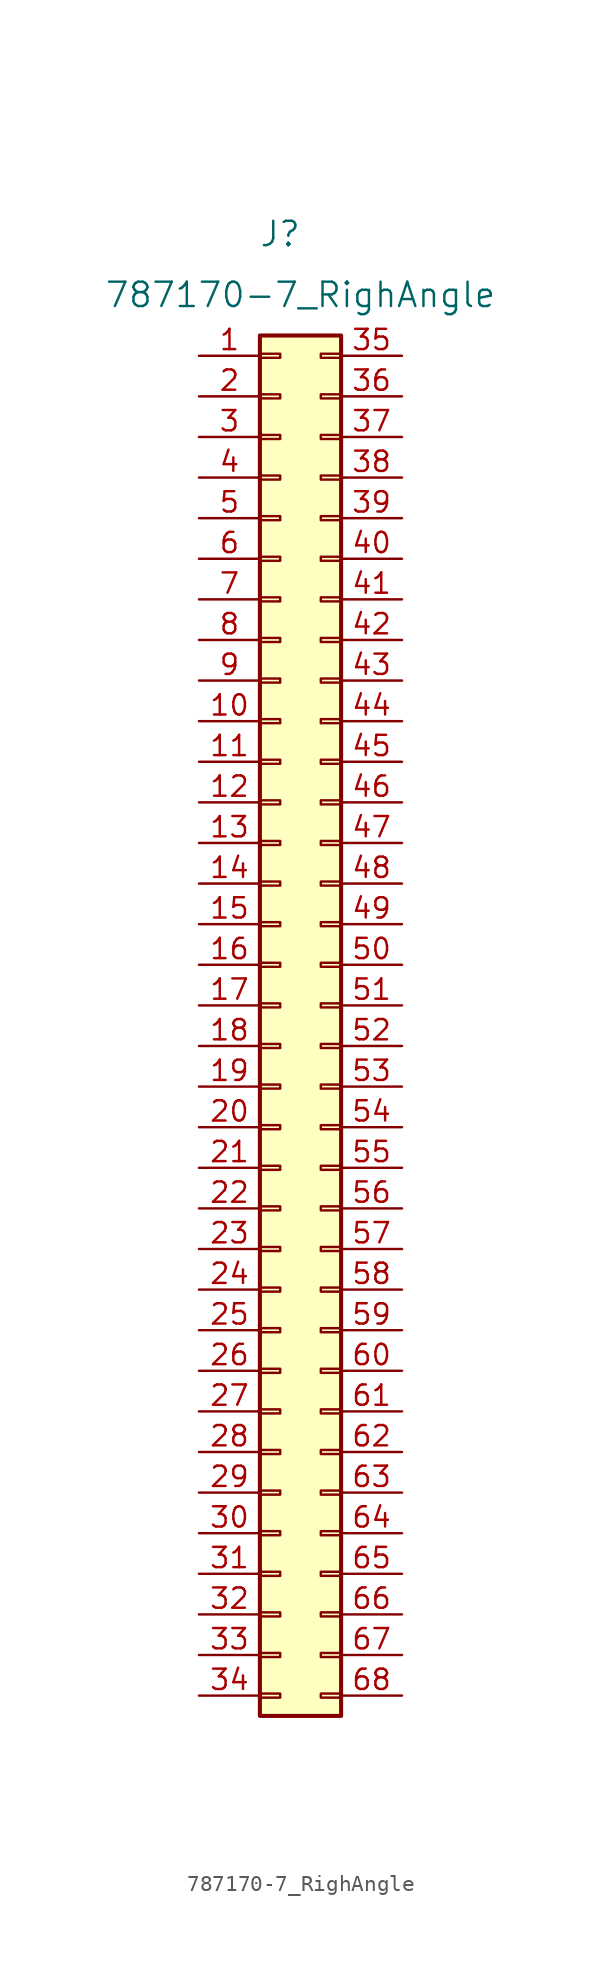
<source format=kicad_sym>
(kicad_symbol_lib
  (version 20220914)
  (generator kicad_symbol_editor)
  (symbol "787170-7_RighAngle"
    (pin_names
      (offset 0) hide)
    (property "Reference" "J"
      (at 5.08 7.62 0)
      (effects (font (size 1.524 1.524))))
    (property "Value" "787170-7_RighAngle"
      (at 6.35 3.81 0)
      (effects (font (size 1.524 1.524))))
    (symbol "787170-7_RighAngle_1_1"
      (rectangle (start 3.81 -83.693) (end 5.08 -83.947) (stroke (width 0.152) (type default)) (fill (type none)))
      (rectangle (start 3.81 -81.153) (end 5.08 -81.407) (stroke (width 0.152) (type default)) (fill (type none)))
      (rectangle (start 3.81 -78.613) (end 5.08 -78.867) (stroke (width 0.152) (type default)) (fill (type none)))
      (rectangle (start 3.81 -76.073) (end 5.08 -76.327) (stroke (width 0.152) (type default)) (fill (type none)))
      (rectangle (start 3.81 -73.533) (end 5.08 -73.787) (stroke (width 0.152) (type default)) (fill (type none)))
      (rectangle (start 3.81 -70.993) (end 5.08 -71.247) (stroke (width 0.152) (type default)) (fill (type none)))
      (rectangle (start 3.81 -68.453) (end 5.08 -68.707) (stroke (width 0.152) (type default)) (fill (type none)))
      (rectangle (start 3.81 -65.913) (end 5.08 -66.167) (stroke (width 0.152) (type default)) (fill (type none)))
      (rectangle (start 3.81 -63.373) (end 5.08 -63.627) (stroke (width 0.152) (type default)) (fill (type none)))
      (rectangle (start 3.81 -60.833) (end 5.08 -61.087) (stroke (width 0.152) (type default)) (fill (type none)))
      (rectangle (start 3.81 -58.293) (end 5.08 -58.547) (stroke (width 0.152) (type default)) (fill (type none)))
      (rectangle (start 3.81 -55.753) (end 5.08 -56.007) (stroke (width 0.152) (type default)) (fill (type none)))
      (rectangle (start 3.81 -53.213) (end 5.08 -53.467) (stroke (width 0.152) (type default)) (fill (type none)))
      (rectangle (start 3.81 -50.673) (end 5.08 -50.927) (stroke (width 0.152) (type default)) (fill (type none)))
      (rectangle (start 3.81 -48.133) (end 5.08 -48.387) (stroke (width 0.152) (type default)) (fill (type none)))
      (rectangle (start 3.81 -45.593) (end 5.08 -45.847) (stroke (width 0.152) (type default)) (fill (type none)))
      (rectangle (start 3.81 -43.053) (end 5.08 -43.307) (stroke (width 0.152) (type default)) (fill (type none)))
      (rectangle (start 3.81 -40.513) (end 5.08 -40.767) (stroke (width 0.152) (type default)) (fill (type none)))
      (rectangle (start 3.81 -37.973) (end 5.08 -38.227) (stroke (width 0.152) (type default)) (fill (type none)))
      (rectangle (start 3.81 -35.433) (end 5.08 -35.687) (stroke (width 0.152) (type default)) (fill (type none)))
      (rectangle (start 3.81 -32.893) (end 5.08 -33.147) (stroke (width 0.152) (type default)) (fill (type none)))
      (rectangle (start 3.81 -30.353) (end 5.08 -30.607) (stroke (width 0.152) (type default)) (fill (type none)))
      (rectangle (start 3.81 -27.813) (end 5.08 -28.067) (stroke (width 0.152) (type default)) (fill (type none)))
      (rectangle (start 3.81 -25.273) (end 5.08 -25.527) (stroke (width 0.152) (type default)) (fill (type none)))
      (rectangle (start 3.81 -22.733) (end 5.08 -22.987) (stroke (width 0.152) (type default)) (fill (type none)))
      (rectangle (start 3.81 -20.193) (end 5.08 -20.447) (stroke (width 0.152) (type default)) (fill (type none)))
      (rectangle (start 3.81 -17.653) (end 5.08 -17.907) (stroke (width 0.152) (type default)) (fill (type none)))
      (rectangle (start 3.81 -15.113) (end 5.08 -15.367) (stroke (width 0.152) (type default)) (fill (type none)))
      (rectangle (start 3.81 -12.573) (end 5.08 -12.827) (stroke (width 0.152) (type default)) (fill (type none)))
      (rectangle (start 3.81 -10.033) (end 5.08 -10.287) (stroke (width 0.152) (type default)) (fill (type none)))
      (rectangle (start 3.81 -7.493) (end 5.08 -7.747) (stroke (width 0.152) (type default)) (fill (type none)))
      (rectangle (start 3.81 -4.953) (end 5.08 -5.207) (stroke (width 0.152) (type default)) (fill (type none)))
      (rectangle (start 3.81 -2.413) (end 5.08 -2.667) (stroke (width 0.152) (type default)) (fill (type none)))
      (rectangle (start 3.81 0.127) (end 5.08 -0.127) (stroke (width 0.152) (type default)) (fill (type none)))
      (rectangle (start 3.81 1.27) (end 8.89 -85.09) (stroke (width 0.254) (type default)) (fill (type background)))
      (rectangle (start 8.89 -83.693) (end 7.62 -83.947) (stroke (width 0.152) (type default)) (fill (type none)))
      (rectangle (start 8.89 -81.153) (end 7.62 -81.407) (stroke (width 0.152) (type default)) (fill (type none)))
      (rectangle (start 8.89 -78.613) (end 7.62 -78.867) (stroke (width 0.152) (type default)) (fill (type none)))
      (rectangle (start 8.89 -76.073) (end 7.62 -76.327) (stroke (width 0.152) (type default)) (fill (type none)))
      (rectangle (start 8.89 -73.533) (end 7.62 -73.787) (stroke (width 0.152) (type default)) (fill (type none)))
      (rectangle (start 8.89 -70.993) (end 7.62 -71.247) (stroke (width 0.152) (type default)) (fill (type none)))
      (rectangle (start 8.89 -68.453) (end 7.62 -68.707) (stroke (width 0.152) (type default)) (fill (type none)))
      (rectangle (start 8.89 -65.913) (end 7.62 -66.167) (stroke (width 0.152) (type default)) (fill (type none)))
      (rectangle (start 8.89 -63.373) (end 7.62 -63.627) (stroke (width 0.152) (type default)) (fill (type none)))
      (rectangle (start 8.89 -60.833) (end 7.62 -61.087) (stroke (width 0.152) (type default)) (fill (type none)))
      (rectangle (start 8.89 -58.293) (end 7.62 -58.547) (stroke (width 0.152) (type default)) (fill (type none)))
      (rectangle (start 8.89 -55.753) (end 7.62 -56.007) (stroke (width 0.152) (type default)) (fill (type none)))
      (rectangle (start 8.89 -53.213) (end 7.62 -53.467) (stroke (width 0.152) (type default)) (fill (type none)))
      (rectangle (start 8.89 -50.673) (end 7.62 -50.927) (stroke (width 0.152) (type default)) (fill (type none)))
      (rectangle (start 8.89 -48.133) (end 7.62 -48.387) (stroke (width 0.152) (type default)) (fill (type none)))
      (rectangle (start 8.89 -45.593) (end 7.62 -45.847) (stroke (width 0.152) (type default)) (fill (type none)))
      (rectangle (start 8.89 -43.053) (end 7.62 -43.307) (stroke (width 0.152) (type default)) (fill (type none)))
      (rectangle (start 8.89 -40.513) (end 7.62 -40.767) (stroke (width 0.152) (type default)) (fill (type none)))
      (rectangle (start 8.89 -37.973) (end 7.62 -38.227) (stroke (width 0.152) (type default)) (fill (type none)))
      (rectangle (start 8.89 -35.433) (end 7.62 -35.687) (stroke (width 0.152) (type default)) (fill (type none)))
      (rectangle (start 8.89 -32.893) (end 7.62 -33.147) (stroke (width 0.152) (type default)) (fill (type none)))
      (rectangle (start 8.89 -30.353) (end 7.62 -30.607) (stroke (width 0.152) (type default)) (fill (type none)))
      (rectangle (start 8.89 -27.813) (end 7.62 -28.067) (stroke (width 0.152) (type default)) (fill (type none)))
      (rectangle (start 8.89 -25.273) (end 7.62 -25.527) (stroke (width 0.152) (type default)) (fill (type none)))
      (rectangle (start 8.89 -22.733) (end 7.62 -22.987) (stroke (width 0.152) (type default)) (fill (type none)))
      (rectangle (start 8.89 -20.193) (end 7.62 -20.447) (stroke (width 0.152) (type default)) (fill (type none)))
      (rectangle (start 8.89 -17.653) (end 7.62 -17.907) (stroke (width 0.152) (type default)) (fill (type none)))
      (rectangle (start 8.89 -15.113) (end 7.62 -15.367) (stroke (width 0.152) (type default)) (fill (type none)))
      (rectangle (start 8.89 -12.573) (end 7.62 -12.827) (stroke (width 0.152) (type default)) (fill (type none)))
      (rectangle (start 8.89 -10.033) (end 7.62 -10.287) (stroke (width 0.152) (type default)) (fill (type none)))
      (rectangle (start 8.89 -7.493) (end 7.62 -7.747) (stroke (width 0.152) (type default)) (fill (type none)))
      (rectangle (start 8.89 -4.953) (end 7.62 -5.207) (stroke (width 0.152) (type default)) (fill (type none)))
      (rectangle (start 8.89 -2.413) (end 7.62 -2.667) (stroke (width 0.152) (type default)) (fill (type none)))
      (rectangle (start 8.89 0.127) (end 7.62 -0.127) (stroke (width 0.152) (type default)) (fill (type none)))
      (pin passive line (at 0 0 0) (length 3.81) (name "Pin_1" (effects (font (size 1.27 1.27)))) (number "1" (effects (font (size 1.27 1.27)))))
      (pin passive line (at 0 -22.86 0) (length 3.81) (name "Pin_10" (effects (font (size 1.27 1.27)))) (number "10" (effects (font (size 1.27 1.27)))))
      (pin passive line (at 0 -25.4 0) (length 3.81) (name "Pin_11" (effects (font (size 1.27 1.27)))) (number "11" (effects (font (size 1.27 1.27)))))
      (pin passive line (at 0 -27.94 0) (length 3.81) (name "Pin_12" (effects (font (size 1.27 1.27)))) (number "12" (effects (font (size 1.27 1.27)))))
      (pin passive line (at 0 -30.48 0) (length 3.81) (name "Pin_13" (effects (font (size 1.27 1.27)))) (number "13" (effects (font (size 1.27 1.27)))))
      (pin passive line (at 0 -33.02 0) (length 3.81) (name "Pin_14" (effects (font (size 1.27 1.27)))) (number "14" (effects (font (size 1.27 1.27)))))
      (pin passive line (at 0 -35.56 0) (length 3.81) (name "Pin_15" (effects (font (size 1.27 1.27)))) (number "15" (effects (font (size 1.27 1.27)))))
      (pin passive line (at 0 -38.1 0) (length 3.81) (name "Pin_16" (effects (font (size 1.27 1.27)))) (number "16" (effects (font (size 1.27 1.27)))))
      (pin passive line (at 0 -40.64 0) (length 3.81) (name "Pin_17" (effects (font (size 1.27 1.27)))) (number "17" (effects (font (size 1.27 1.27)))))
      (pin passive line (at 0 -43.18 0) (length 3.81) (name "Pin_18" (effects (font (size 1.27 1.27)))) (number "18" (effects (font (size 1.27 1.27)))))
      (pin passive line (at 0 -45.72 0) (length 3.81) (name "Pin_19" (effects (font (size 1.27 1.27)))) (number "19" (effects (font (size 1.27 1.27)))))
      (pin passive line (at 0 -2.54 0) (length 3.81) (name "Pin_2" (effects (font (size 1.27 1.27)))) (number "2" (effects (font (size 1.27 1.27)))))
      (pin passive line (at 0 -48.26 0) (length 3.81) (name "Pin_20" (effects (font (size 1.27 1.27)))) (number "20" (effects (font (size 1.27 1.27)))))
      (pin passive line (at 0 -50.8 0) (length 3.81) (name "Pin_21" (effects (font (size 1.27 1.27)))) (number "21" (effects (font (size 1.27 1.27)))))
      (pin passive line (at 0 -53.34 0) (length 3.81) (name "Pin_22" (effects (font (size 1.27 1.27)))) (number "22" (effects (font (size 1.27 1.27)))))
      (pin passive line (at 0 -55.88 0) (length 3.81) (name "Pin_23" (effects (font (size 1.27 1.27)))) (number "23" (effects (font (size 1.27 1.27)))))
      (pin passive line (at 0 -58.42 0) (length 3.81) (name "Pin_24" (effects (font (size 1.27 1.27)))) (number "24" (effects (font (size 1.27 1.27)))))
      (pin passive line (at 0 -60.96 0) (length 3.81) (name "Pin_25" (effects (font (size 1.27 1.27)))) (number "25" (effects (font (size 1.27 1.27)))))
      (pin passive line (at 0 -63.5 0) (length 3.81) (name "Pin_26" (effects (font (size 1.27 1.27)))) (number "26" (effects (font (size 1.27 1.27)))))
      (pin passive line (at 0 -66.04 0) (length 3.81) (name "Pin_27" (effects (font (size 1.27 1.27)))) (number "27" (effects (font (size 1.27 1.27)))))
      (pin passive line (at 0 -68.58 0) (length 3.81) (name "Pin_28" (effects (font (size 1.27 1.27)))) (number "28" (effects (font (size 1.27 1.27)))))
      (pin passive line (at 0 -71.12 0) (length 3.81) (name "Pin_29" (effects (font (size 1.27 1.27)))) (number "29" (effects (font (size 1.27 1.27)))))
      (pin passive line (at 0 -5.08 0) (length 3.81) (name "Pin_3" (effects (font (size 1.27 1.27)))) (number "3" (effects (font (size 1.27 1.27)))))
      (pin passive line (at 0 -73.66 0) (length 3.81) (name "Pin_30" (effects (font (size 1.27 1.27)))) (number "30" (effects (font (size 1.27 1.27)))))
      (pin passive line (at 0 -76.2 0) (length 3.81) (name "Pin_31" (effects (font (size 1.27 1.27)))) (number "31" (effects (font (size 1.27 1.27)))))
      (pin passive line (at 0 -78.74 0) (length 3.81) (name "Pin_32" (effects (font (size 1.27 1.27)))) (number "32" (effects (font (size 1.27 1.27)))))
      (pin passive line (at 0 -81.28 0) (length 3.81) (name "Pin_33" (effects (font (size 1.27 1.27)))) (number "33" (effects (font (size 1.27 1.27)))))
      (pin passive line (at 0 -83.82 0) (length 3.81) (name "Pin_34" (effects (font (size 1.27 1.27)))) (number "34" (effects (font (size 1.27 1.27)))))
      (pin passive line (at 12.7 0 180) (length 3.81) (name "Pin_35" (effects (font (size 1.27 1.27)))) (number "35" (effects (font (size 1.27 1.27)))))
      (pin passive line (at 12.7 -2.54 180) (length 3.81) (name "Pin_36" (effects (font (size 1.27 1.27)))) (number "36" (effects (font (size 1.27 1.27)))))
      (pin passive line (at 12.7 -5.08 180) (length 3.81) (name "Pin_37" (effects (font (size 1.27 1.27)))) (number "37" (effects (font (size 1.27 1.27)))))
      (pin passive line (at 12.7 -7.62 180) (length 3.81) (name "Pin_38" (effects (font (size 1.27 1.27)))) (number "38" (effects (font (size 1.27 1.27)))))
      (pin passive line (at 12.7 -10.16 180) (length 3.81) (name "Pin_39" (effects (font (size 1.27 1.27)))) (number "39" (effects (font (size 1.27 1.27)))))
      (pin passive line (at 0 -7.62 0) (length 3.81) (name "Pin_4" (effects (font (size 1.27 1.27)))) (number "4" (effects (font (size 1.27 1.27)))))
      (pin passive line (at 12.7 -12.7 180) (length 3.81) (name "Pin_40" (effects (font (size 1.27 1.27)))) (number "40" (effects (font (size 1.27 1.27)))))
      (pin passive line (at 12.7 -15.24 180) (length 3.81) (name "Pin_41" (effects (font (size 1.27 1.27)))) (number "41" (effects (font (size 1.27 1.27)))))
      (pin passive line (at 12.7 -17.78 180) (length 3.81) (name "Pin_42" (effects (font (size 1.27 1.27)))) (number "42" (effects (font (size 1.27 1.27)))))
      (pin passive line (at 12.7 -20.32 180) (length 3.81) (name "Pin_43" (effects (font (size 1.27 1.27)))) (number "43" (effects (font (size 1.27 1.27)))))
      (pin passive line (at 12.7 -22.86 180) (length 3.81) (name "Pin_44" (effects (font (size 1.27 1.27)))) (number "44" (effects (font (size 1.27 1.27)))))
      (pin passive line (at 12.7 -25.4 180) (length 3.81) (name "Pin_45" (effects (font (size 1.27 1.27)))) (number "45" (effects (font (size 1.27 1.27)))))
      (pin passive line (at 12.7 -27.94 180) (length 3.81) (name "Pin_46" (effects (font (size 1.27 1.27)))) (number "46" (effects (font (size 1.27 1.27)))))
      (pin passive line (at 12.7 -30.48 180) (length 3.81) (name "Pin_47" (effects (font (size 1.27 1.27)))) (number "47" (effects (font (size 1.27 1.27)))))
      (pin passive line (at 12.7 -33.02 180) (length 3.81) (name "Pin_48" (effects (font (size 1.27 1.27)))) (number "48" (effects (font (size 1.27 1.27)))))
      (pin passive line (at 12.7 -35.56 180) (length 3.81) (name "Pin_49" (effects (font (size 1.27 1.27)))) (number "49" (effects (font (size 1.27 1.27)))))
      (pin passive line (at 0 -10.16 0) (length 3.81) (name "Pin_5" (effects (font (size 1.27 1.27)))) (number "5" (effects (font (size 1.27 1.27)))))
      (pin passive line (at 12.7 -38.1 180) (length 3.81) (name "Pin_50" (effects (font (size 1.27 1.27)))) (number "50" (effects (font (size 1.27 1.27)))))
      (pin passive line (at 12.7 -40.64 180) (length 3.81) (name "Pin_51" (effects (font (size 1.27 1.27)))) (number "51" (effects (font (size 1.27 1.27)))))
      (pin passive line (at 12.7 -43.18 180) (length 3.81) (name "Pin_52" (effects (font (size 1.27 1.27)))) (number "52" (effects (font (size 1.27 1.27)))))
      (pin passive line (at 12.7 -45.72 180) (length 3.81) (name "Pin_53" (effects (font (size 1.27 1.27)))) (number "53" (effects (font (size 1.27 1.27)))))
      (pin passive line (at 12.7 -48.26 180) (length 3.81) (name "Pin_54" (effects (font (size 1.27 1.27)))) (number "54" (effects (font (size 1.27 1.27)))))
      (pin passive line (at 12.7 -50.8 180) (length 3.81) (name "Pin_55" (effects (font (size 1.27 1.27)))) (number "55" (effects (font (size 1.27 1.27)))))
      (pin passive line (at 12.7 -53.34 180) (length 3.81) (name "Pin_56" (effects (font (size 1.27 1.27)))) (number "56" (effects (font (size 1.27 1.27)))))
      (pin passive line (at 12.7 -55.88 180) (length 3.81) (name "Pin_57" (effects (font (size 1.27 1.27)))) (number "57" (effects (font (size 1.27 1.27)))))
      (pin passive line (at 12.7 -58.42 180) (length 3.81) (name "Pin_58" (effects (font (size 1.27 1.27)))) (number "58" (effects (font (size 1.27 1.27)))))
      (pin passive line (at 12.7 -60.96 180) (length 3.81) (name "Pin_59" (effects (font (size 1.27 1.27)))) (number "59" (effects (font (size 1.27 1.27)))))
      (pin passive line (at 0 -12.7 0) (length 3.81) (name "Pin_6" (effects (font (size 1.27 1.27)))) (number "6" (effects (font (size 1.27 1.27)))))
      (pin passive line (at 12.7 -63.5 180) (length 3.81) (name "Pin_60" (effects (font (size 1.27 1.27)))) (number "60" (effects (font (size 1.27 1.27)))))
      (pin passive line (at 12.7 -66.04 180) (length 3.81) (name "Pin_61" (effects (font (size 1.27 1.27)))) (number "61" (effects (font (size 1.27 1.27)))))
      (pin passive line (at 12.7 -68.58 180) (length 3.81) (name "Pin_62" (effects (font (size 1.27 1.27)))) (number "62" (effects (font (size 1.27 1.27)))))
      (pin passive line (at 12.7 -71.12 180) (length 3.81) (name "Pin_63" (effects (font (size 1.27 1.27)))) (number "63" (effects (font (size 1.27 1.27)))))
      (pin passive line (at 12.7 -73.66 180) (length 3.81) (name "Pin_64" (effects (font (size 1.27 1.27)))) (number "64" (effects (font (size 1.27 1.27)))))
      (pin passive line (at 12.7 -76.2 180) (length 3.81) (name "Pin_65" (effects (font (size 1.27 1.27)))) (number "65" (effects (font (size 1.27 1.27)))))
      (pin passive line (at 12.7 -78.74 180) (length 3.81) (name "Pin_66" (effects (font (size 1.27 1.27)))) (number "66" (effects (font (size 1.27 1.27)))))
      (pin passive line (at 12.7 -81.28 180) (length 3.81) (name "Pin_67" (effects (font (size 1.27 1.27)))) (number "67" (effects (font (size 1.27 1.27)))))
      (pin passive line (at 12.7 -83.82 180) (length 3.81) (name "Pin_68" (effects (font (size 1.27 1.27)))) (number "68" (effects (font (size 1.27 1.27)))))
      (pin passive line (at 0 -15.24 0) (length 3.81) (name "Pin_7" (effects (font (size 1.27 1.27)))) (number "7" (effects (font (size 1.27 1.27)))))
      (pin passive line (at 0 -17.78 0) (length 3.81) (name "Pin_8" (effects (font (size 1.27 1.27)))) (number "8" (effects (font (size 1.27 1.27)))))
      (pin passive line (at 0 -20.32 0) (length 3.81) (name "Pin_9" (effects (font (size 1.27 1.27)))) (number "9" (effects (font (size 1.27 1.27))))))))
</source>
